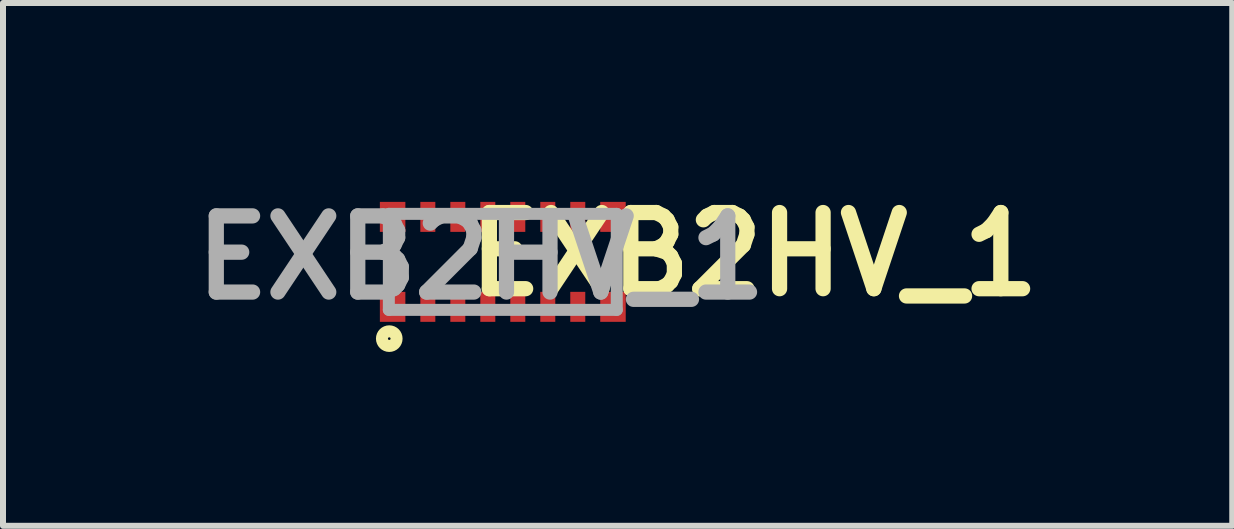
<source format=kicad_pcb>
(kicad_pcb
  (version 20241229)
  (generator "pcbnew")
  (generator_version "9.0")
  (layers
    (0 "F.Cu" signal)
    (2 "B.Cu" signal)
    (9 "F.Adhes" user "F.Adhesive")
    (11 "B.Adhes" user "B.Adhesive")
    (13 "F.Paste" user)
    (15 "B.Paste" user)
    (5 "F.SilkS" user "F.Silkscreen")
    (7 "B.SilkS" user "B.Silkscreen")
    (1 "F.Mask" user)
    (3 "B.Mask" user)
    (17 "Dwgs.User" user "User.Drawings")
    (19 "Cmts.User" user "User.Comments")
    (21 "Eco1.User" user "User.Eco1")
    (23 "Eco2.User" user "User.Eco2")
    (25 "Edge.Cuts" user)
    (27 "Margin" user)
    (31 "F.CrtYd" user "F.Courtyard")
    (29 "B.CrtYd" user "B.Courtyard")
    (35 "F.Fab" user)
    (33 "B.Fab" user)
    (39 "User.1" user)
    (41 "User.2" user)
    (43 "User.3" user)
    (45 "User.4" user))
  (footprint "EXB2HV_1"
    (layer "F.Cu")
    (at 5.333 1.316)
    (property "Reference" "EXB2HV_1" (at 4.191 -0.127 180) (layer "F.SilkS") (effects (font (size 1.27 1.27) (thickness 0.254))))
    (attr smd)
    (fp_circle (center -1.893 1.28) (end -1.893 1.302) (stroke (width 0.2) (type solid)) (fill no) (layer "F.SilkS"))
    (fp_line (start -1.9 -0.8) (end 1.9 -0.8) (stroke (width 0.2) (type solid)) (layer "F.Fab"))
    (fp_line (start -1.9 0.8) (end -1.9 -0.8) (stroke (width 0.2) (type solid)) (layer "F.Fab"))
    (fp_line (start 1.9 -0.8) (end 1.9 0.8) (stroke (width 0.2) (type solid)) (layer "F.Fab"))
    (fp_line (start 1.9 0.8) (end -1.9 0.8) (stroke (width 0.2) (type solid)) (layer "F.Fab"))
    (fp_text user "${REFERENCE}" (at -0.362 -0.071 180) (layer "F.Fab") (effects (font (size 1.27 1.27) (thickness 0.254))))
    (pad "1" smd rect (at -1.837 0.75) (size 0.425 0.5) (layers "F.Cu" "F.Mask" "F.Paste"))
    (pad "2" smd rect (at -1.25 0.75) (size 0.25 0.5) (layers "F.Cu" "F.Mask" "F.Paste"))
    (pad "3" smd rect (at -0.75 0.75) (size 0.25 0.5) (layers "F.Cu" "F.Mask" "F.Paste"))
    (pad "4" smd rect (at -0.25 0.75) (size 0.25 0.5) (layers "F.Cu" "F.Mask" "F.Paste"))
    (pad "5" smd rect (at 0.25 0.75) (size 0.25 0.5) (layers "F.Cu" "F.Mask" "F.Paste"))
    (pad "6" smd rect (at 0.75 0.75) (size 0.25 0.5) (layers "F.Cu" "F.Mask" "F.Paste"))
    (pad "7" smd rect (at 1.25 0.75) (size 0.25 0.5) (layers "F.Cu" "F.Mask" "F.Paste"))
    (pad "8" smd rect (at 1.837 0.75) (size 0.425 0.5) (layers "F.Cu" "F.Mask" "F.Paste"))
    (pad "9" smd rect (at 1.837 -0.75) (size 0.425 0.5) (layers "F.Cu" "F.Mask" "F.Paste"))
    (pad "10" smd rect (at 1.25 -0.75) (size 0.25 0.5) (layers "F.Cu" "F.Mask" "F.Paste"))
    (pad "11" smd rect (at 0.75 -0.75) (size 0.25 0.5) (layers "F.Cu" "F.Mask" "F.Paste"))
    (pad "12" smd rect (at 0.25 -0.75) (size 0.25 0.5) (layers "F.Cu" "F.Mask" "F.Paste"))
    (pad "13" smd rect (at -0.25 -0.75) (size 0.25 0.5) (layers "F.Cu" "F.Mask" "F.Paste"))
    (pad "14" smd rect (at -0.75 -0.75) (size 0.25 0.5) (layers "F.Cu" "F.Mask" "F.Paste"))
    (pad "15" smd rect (at -1.25 -0.75) (size 0.25 0.5) (layers "F.Cu" "F.Mask" "F.Paste"))
    (pad "16" smd rect (at -1.837 -0.75) (size 0.425 0.5) (layers "F.Cu" "F.Mask" "F.Paste")))
  (gr_rect
    (start -3 -3)
    (end 17.495 5.717)
    (stroke (width 0.1) (type default))
    (fill no)
    (layer "Edge.Cuts")))
</source>
